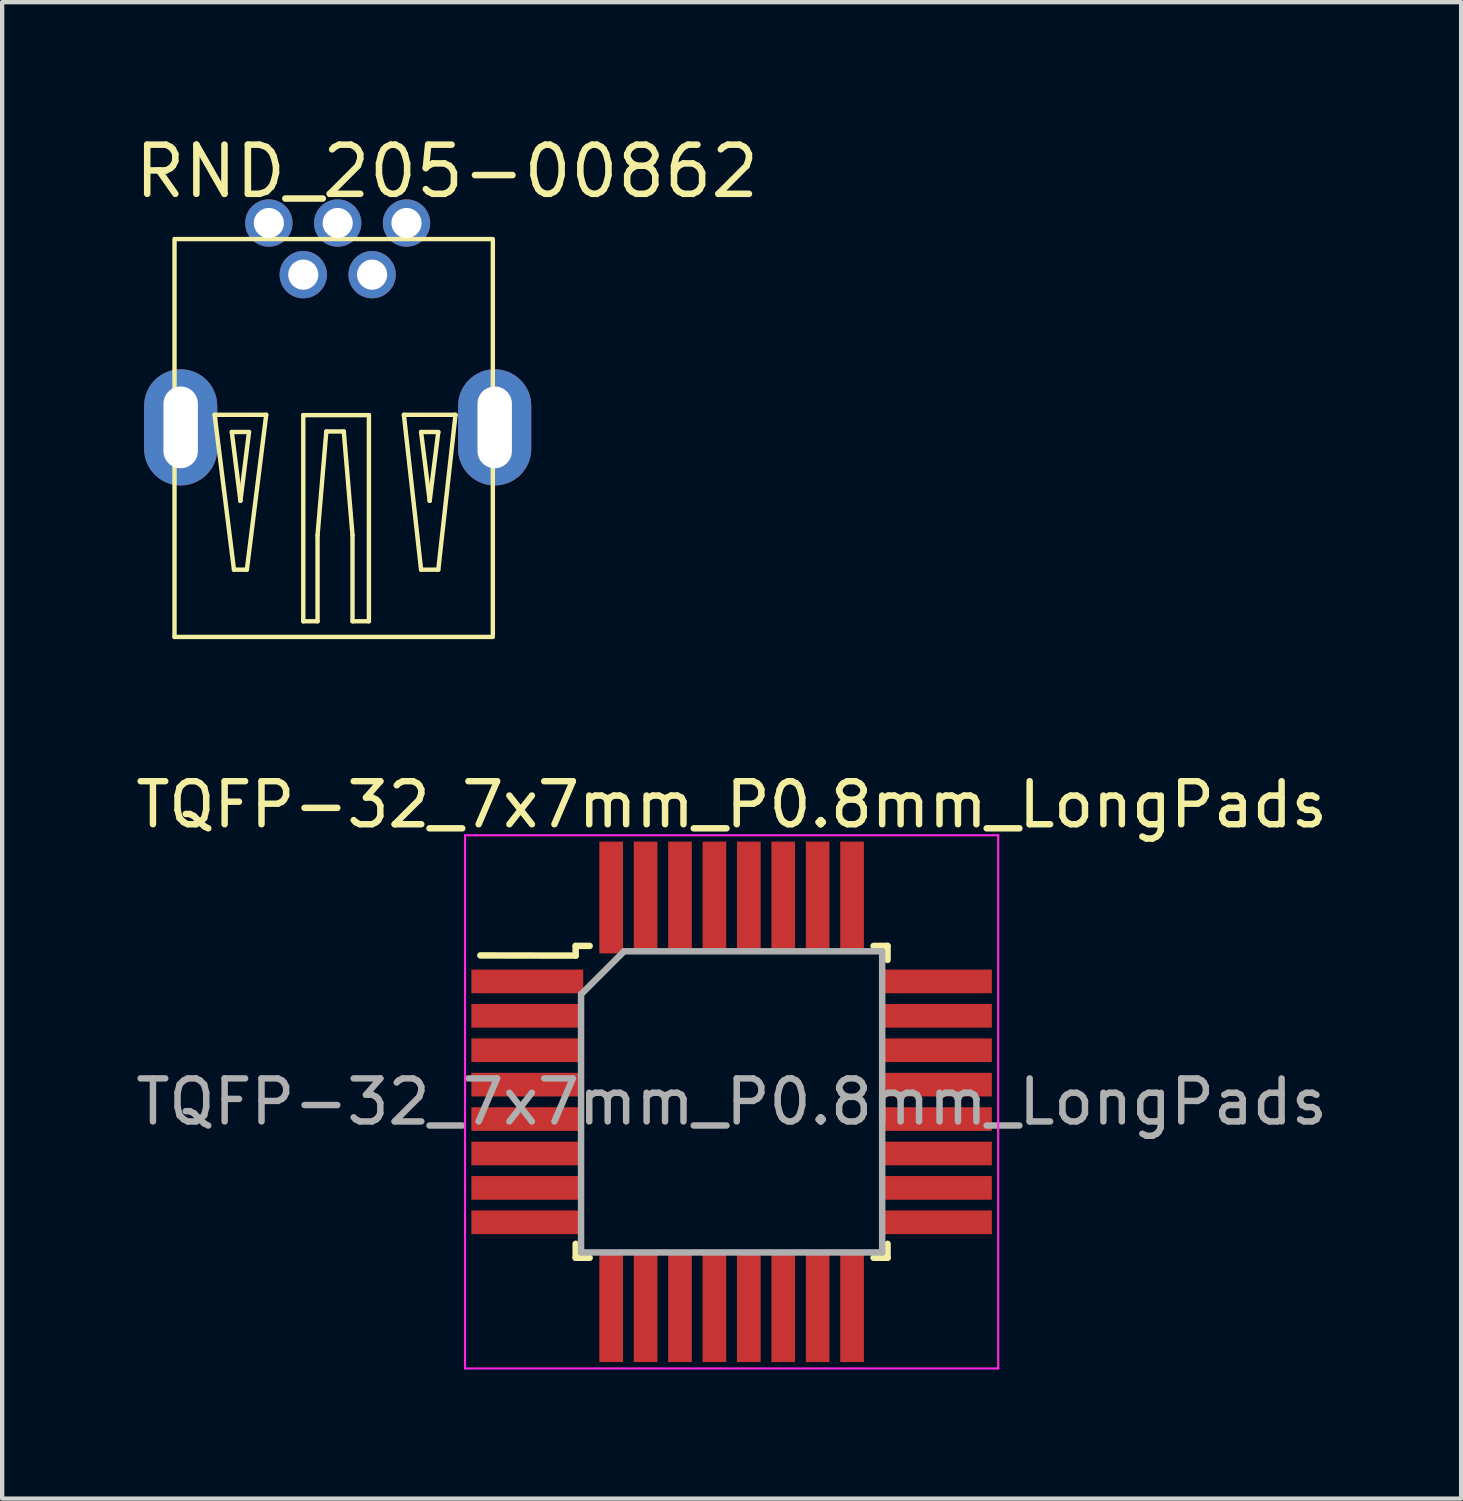
<source format=kicad_pcb>
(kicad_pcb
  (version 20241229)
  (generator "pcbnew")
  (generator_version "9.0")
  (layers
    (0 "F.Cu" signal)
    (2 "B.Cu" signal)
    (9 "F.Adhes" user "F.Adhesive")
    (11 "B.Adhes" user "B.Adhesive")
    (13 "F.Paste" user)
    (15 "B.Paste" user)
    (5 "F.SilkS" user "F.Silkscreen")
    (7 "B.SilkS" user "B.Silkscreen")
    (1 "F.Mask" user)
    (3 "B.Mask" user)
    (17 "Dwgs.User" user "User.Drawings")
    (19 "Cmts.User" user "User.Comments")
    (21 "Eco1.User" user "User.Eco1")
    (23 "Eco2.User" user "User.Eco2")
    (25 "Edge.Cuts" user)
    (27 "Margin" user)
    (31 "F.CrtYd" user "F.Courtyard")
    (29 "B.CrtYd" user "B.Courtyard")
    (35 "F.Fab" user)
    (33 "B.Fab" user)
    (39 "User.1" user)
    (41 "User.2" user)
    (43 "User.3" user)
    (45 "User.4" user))
  (footprint "RND_205-00862"
    (layer "F.Cu")
    (at 3.2 2.135)
    (property "Reference" "RND_205-00862" (at -3.2 -1.2 180) (layer "F.SilkS") (effects (font (size 1.143 1.143) (thickness 0.152)) (justify left)))
    (attr through_hole)
    (fp_line (start -2.193 0.372) (end -2.193 9.622) (stroke (width 0.102) (type solid)) (layer "F.SilkS"))
    (fp_line (start -2.193 9.622) (end 5.207 9.622) (stroke (width 0.102) (type solid)) (layer "F.SilkS"))
    (fp_line (start -2.143 0.372) (end 5.207 0.372) (stroke (width 0.102) (type solid)) (layer "F.SilkS"))
    (fp_line (start -1.261 4.458) (end -0.061 4.458) (stroke (width 0.102) (type solid)) (layer "F.SilkS"))
    (fp_line (start -0.861 4.858) (end -0.461 4.858) (stroke (width 0.102) (type solid)) (layer "F.SilkS"))
    (fp_line (start -0.811 8.058) (end -1.261 4.458) (stroke (width 0.102) (type solid)) (layer "F.SilkS"))
    (fp_line (start -0.661 6.458) (end -0.861 4.858) (stroke (width 0.102) (type solid)) (layer "F.SilkS"))
    (fp_line (start -0.511 8.058) (end -0.811 8.058) (stroke (width 0.102) (type solid)) (layer "F.SilkS"))
    (fp_line (start -0.461 4.858) (end -0.661 6.458) (stroke (width 0.102) (type solid)) (layer "F.SilkS"))
    (fp_line (start -0.061 4.458) (end -0.511 8.058) (stroke (width 0.102) (type solid)) (layer "F.SilkS"))
    (fp_line (start 0.8 4.465) (end 2.326 4.465) (stroke (width 0.102) (type solid)) (layer "F.SilkS"))
    (fp_line (start 0.8 9.258) (end 0.8 4.465) (stroke (width 0.102) (type solid)) (layer "F.SilkS"))
    (fp_line (start 1.132 7.259) (end 1.132 9.258) (stroke (width 0.102) (type solid)) (layer "F.SilkS"))
    (fp_line (start 1.132 9.258) (end 0.8 9.258) (stroke (width 0.102) (type solid)) (layer "F.SilkS"))
    (fp_line (start 1.336 4.846) (end 1.132 7.259) (stroke (width 0.102) (type solid)) (layer "F.SilkS"))
    (fp_line (start 1.742 4.846) (end 1.336 4.846) (stroke (width 0.102) (type solid)) (layer "F.SilkS"))
    (fp_line (start 1.945 7.259) (end 1.742 4.846) (stroke (width 0.102) (type solid)) (layer "F.SilkS"))
    (fp_line (start 1.945 9.258) (end 1.945 7.259) (stroke (width 0.102) (type solid)) (layer "F.SilkS"))
    (fp_line (start 2.326 4.465) (end 2.326 9.258) (stroke (width 0.102) (type solid)) (layer "F.SilkS"))
    (fp_line (start 2.326 9.258) (end 1.945 9.258) (stroke (width 0.102) (type solid)) (layer "F.SilkS"))
    (fp_line (start 3.139 4.458) (end 4.339 4.458) (stroke (width 0.102) (type solid)) (layer "F.SilkS"))
    (fp_line (start 3.539 4.858) (end 3.939 4.858) (stroke (width 0.102) (type solid)) (layer "F.SilkS"))
    (fp_line (start 3.539 8.058) (end 3.139 4.458) (stroke (width 0.102) (type solid)) (layer "F.SilkS"))
    (fp_line (start 3.739 6.458) (end 3.539 4.858) (stroke (width 0.102) (type solid)) (layer "F.SilkS"))
    (fp_line (start 3.939 4.858) (end 3.739 6.458) (stroke (width 0.102) (type solid)) (layer "F.SilkS"))
    (fp_line (start 3.939 8.058) (end 3.539 8.058) (stroke (width 0.102) (type solid)) (layer "F.SilkS"))
    (fp_line (start 4.339 4.458) (end 3.939 8.058) (stroke (width 0.102) (type solid)) (layer "F.SilkS"))
    (fp_line (start 5.207 0.422) (end 5.207 9.572) (stroke (width 0.102) (type solid)) (layer "F.SilkS"))
    (pad "1" thru_hole circle (at 0 0 270) (size 1.1 1.1) (drill 0.7) (layers "*.Cu" "*.Mask"))
    (pad "2" thru_hole circle (at 0.8 1.2 270) (size 1.1 1.1) (drill 0.7) (layers "*.Cu" "*.Mask"))
    (pad "3" thru_hole circle (at 1.6 0 270) (size 1.1 1.1) (drill 0.7) (layers "*.Cu" "*.Mask"))
    (pad "4" thru_hole circle (at 2.4 1.2 270) (size 1.1 1.1) (drill 0.7) (layers "*.Cu" "*.Mask"))
    (pad "5" thru_hole circle (at 3.2 0 270) (size 1.1 1.1) (drill 0.7) (layers "*.Cu" "*.Mask"))
    (pad "6" thru_hole oval (at -2.05 4.75 270) (size 2.7 1.7) (drill oval 1.9 0.8) (layers "*.Cu" "*.Mask"))
    (pad "6" thru_hole oval (at 5.25 4.75 270) (size 2.7 1.7) (drill oval 1.9 0.8) (layers "*.Cu" "*.Mask")))
  (footprint "TQFP-32_7x7mm_P0.8mm_LongPads"
    (layer "F.Cu")
    (at 13.958 22.565)
    (property "Reference" "TQFP-32_7x7mm_P0.8mm_LongPads" (at 0 -6.909 0) (layer "F.SilkS") (effects (font (size 1 1) (thickness 0.15))))
    (attr smd)
    (fp_line (start -3.625 -3.625) (end -3.625 -3.4) (stroke (width 0.15) (type solid)) (layer "F.SilkS"))
    (fp_line (start -3.625 -3.625) (end -3.3 -3.625) (stroke (width 0.15) (type solid)) (layer "F.SilkS"))
    (fp_line (start -3.625 -3.4) (end -5.842 -3.404) (stroke (width 0.15) (type solid)) (layer "F.SilkS"))
    (fp_line (start -3.625 3.625) (end -3.625 3.3) (stroke (width 0.15) (type solid)) (layer "F.SilkS"))
    (fp_line (start -3.625 3.625) (end -3.3 3.625) (stroke (width 0.15) (type solid)) (layer "F.SilkS"))
    (fp_line (start 3.625 -3.625) (end 3.3 -3.625) (stroke (width 0.15) (type solid)) (layer "F.SilkS"))
    (fp_line (start 3.625 -3.625) (end 3.625 -3.3) (stroke (width 0.15) (type solid)) (layer "F.SilkS"))
    (fp_line (start 3.625 3.625) (end 3.3 3.625) (stroke (width 0.15) (type solid)) (layer "F.SilkS"))
    (fp_line (start 3.625 3.625) (end 3.625 3.3) (stroke (width 0.15) (type solid)) (layer "F.SilkS"))
    (fp_line (start -6.198 -6.198) (end -6.198 6.198) (stroke (width 0.05) (type solid)) (layer "F.CrtYd"))
    (fp_line (start -6.198 -6.198) (end 6.198 -6.198) (stroke (width 0.05) (type solid)) (layer "F.CrtYd"))
    (fp_line (start -6.198 6.198) (end 6.198 6.198) (stroke (width 0.05) (type solid)) (layer "F.CrtYd"))
    (fp_line (start 6.198 -6.198) (end 6.198 6.198) (stroke (width 0.05) (type solid)) (layer "F.CrtYd"))
    (fp_line (start -3.5 -2.5) (end -2.5 -3.5) (stroke (width 0.15) (type solid)) (layer "F.Fab"))
    (fp_line (start -3.5 3.5) (end -3.5 -2.5) (stroke (width 0.15) (type solid)) (layer "F.Fab"))
    (fp_line (start -2.5 -3.5) (end 3.5 -3.5) (stroke (width 0.15) (type solid)) (layer "F.Fab"))
    (fp_line (start 3.5 -3.5) (end 3.5 3.5) (stroke (width 0.15) (type solid)) (layer "F.Fab"))
    (fp_line (start 3.5 3.5) (end -3.5 3.5) (stroke (width 0.15) (type solid)) (layer "F.Fab"))
    (fp_text user "${REFERENCE}" (at 0 0 0) (layer "F.Fab") (effects (font (size 1 1) (thickness 0.15))))
    (pad "1" smd rect (at -4.75 -2.8) (size 2.6 0.55) (layers "F.Cu" "F.Mask" "F.Paste"))
    (pad "2" smd rect (at -4.75 -2) (size 2.6 0.55) (layers "F.Cu" "F.Mask" "F.Paste"))
    (pad "3" smd rect (at -4.75 -1.2) (size 2.6 0.55) (layers "F.Cu" "F.Mask" "F.Paste"))
    (pad "4" smd rect (at -4.75 -0.4) (size 2.6 0.55) (layers "F.Cu" "F.Mask" "F.Paste"))
    (pad "5" smd rect (at -4.75 0.4) (size 2.6 0.55) (layers "F.Cu" "F.Mask" "F.Paste"))
    (pad "6" smd rect (at -4.75 1.2) (size 2.6 0.55) (layers "F.Cu" "F.Mask" "F.Paste"))
    (pad "7" smd rect (at -4.75 2) (size 2.6 0.55) (layers "F.Cu" "F.Mask" "F.Paste"))
    (pad "8" smd rect (at -4.75 2.8) (size 2.6 0.55) (layers "F.Cu" "F.Mask" "F.Paste"))
    (pad "9" smd rect (at -2.8 4.75 90) (size 2.6 0.55) (layers "F.Cu" "F.Mask" "F.Paste"))
    (pad "10" smd rect (at -2 4.75 90) (size 2.6 0.55) (layers "F.Cu" "F.Mask" "F.Paste"))
    (pad "11" smd rect (at -1.2 4.75 90) (size 2.6 0.55) (layers "F.Cu" "F.Mask" "F.Paste"))
    (pad "12" smd rect (at -0.4 4.75 90) (size 2.6 0.55) (layers "F.Cu" "F.Mask" "F.Paste"))
    (pad "13" smd rect (at 0.4 4.75 90) (size 2.6 0.55) (layers "F.Cu" "F.Mask" "F.Paste"))
    (pad "14" smd rect (at 1.2 4.75 90) (size 2.6 0.55) (layers "F.Cu" "F.Mask" "F.Paste"))
    (pad "15" smd rect (at 2 4.75 90) (size 2.6 0.55) (layers "F.Cu" "F.Mask" "F.Paste"))
    (pad "16" smd rect (at 2.8 4.75 90) (size 2.6 0.55) (layers "F.Cu" "F.Mask" "F.Paste"))
    (pad "17" smd rect (at 4.75 2.8) (size 2.6 0.55) (layers "F.Cu" "F.Mask" "F.Paste"))
    (pad "18" smd rect (at 4.75 2) (size 2.6 0.55) (layers "F.Cu" "F.Mask" "F.Paste"))
    (pad "19" smd rect (at 4.75 1.2) (size 2.6 0.55) (layers "F.Cu" "F.Mask" "F.Paste"))
    (pad "20" smd rect (at 4.75 0.4) (size 2.6 0.55) (layers "F.Cu" "F.Mask" "F.Paste"))
    (pad "21" smd rect (at 4.75 -0.4) (size 2.6 0.55) (layers "F.Cu" "F.Mask" "F.Paste"))
    (pad "22" smd rect (at 4.75 -1.2) (size 2.6 0.55) (layers "F.Cu" "F.Mask" "F.Paste"))
    (pad "23" smd rect (at 4.75 -2) (size 2.6 0.55) (layers "F.Cu" "F.Mask" "F.Paste"))
    (pad "24" smd rect (at 4.75 -2.8) (size 2.6 0.55) (layers "F.Cu" "F.Mask" "F.Paste"))
    (pad "25" smd rect (at 2.8 -4.75 90) (size 2.6 0.55) (layers "F.Cu" "F.Mask" "F.Paste"))
    (pad "26" smd rect (at 2 -4.75 90) (size 2.6 0.55) (layers "F.Cu" "F.Mask" "F.Paste"))
    (pad "27" smd rect (at 1.2 -4.75 90) (size 2.6 0.55) (layers "F.Cu" "F.Mask" "F.Paste"))
    (pad "28" smd rect (at 0.4 -4.75 90) (size 2.6 0.55) (layers "F.Cu" "F.Mask" "F.Paste"))
    (pad "29" smd rect (at -0.4 -4.75 90) (size 2.6 0.55) (layers "F.Cu" "F.Mask" "F.Paste"))
    (pad "30" smd rect (at -1.2 -4.75 90) (size 2.6 0.55) (layers "F.Cu" "F.Mask" "F.Paste"))
    (pad "31" smd rect (at -2 -4.75 90) (size 2.6 0.55) (layers "F.Cu" "F.Mask" "F.Paste"))
    (pad "32" smd rect (at -2.8 -4.75 90) (size 2.6 0.55) (layers "F.Cu" "F.Mask" "F.Paste")))
  (gr_rect
    (start -3 -3)
    (end 30.917 31.788)
    (stroke (width 0.1) (type default))
    (fill no)
    (layer "Edge.Cuts")))
</source>
